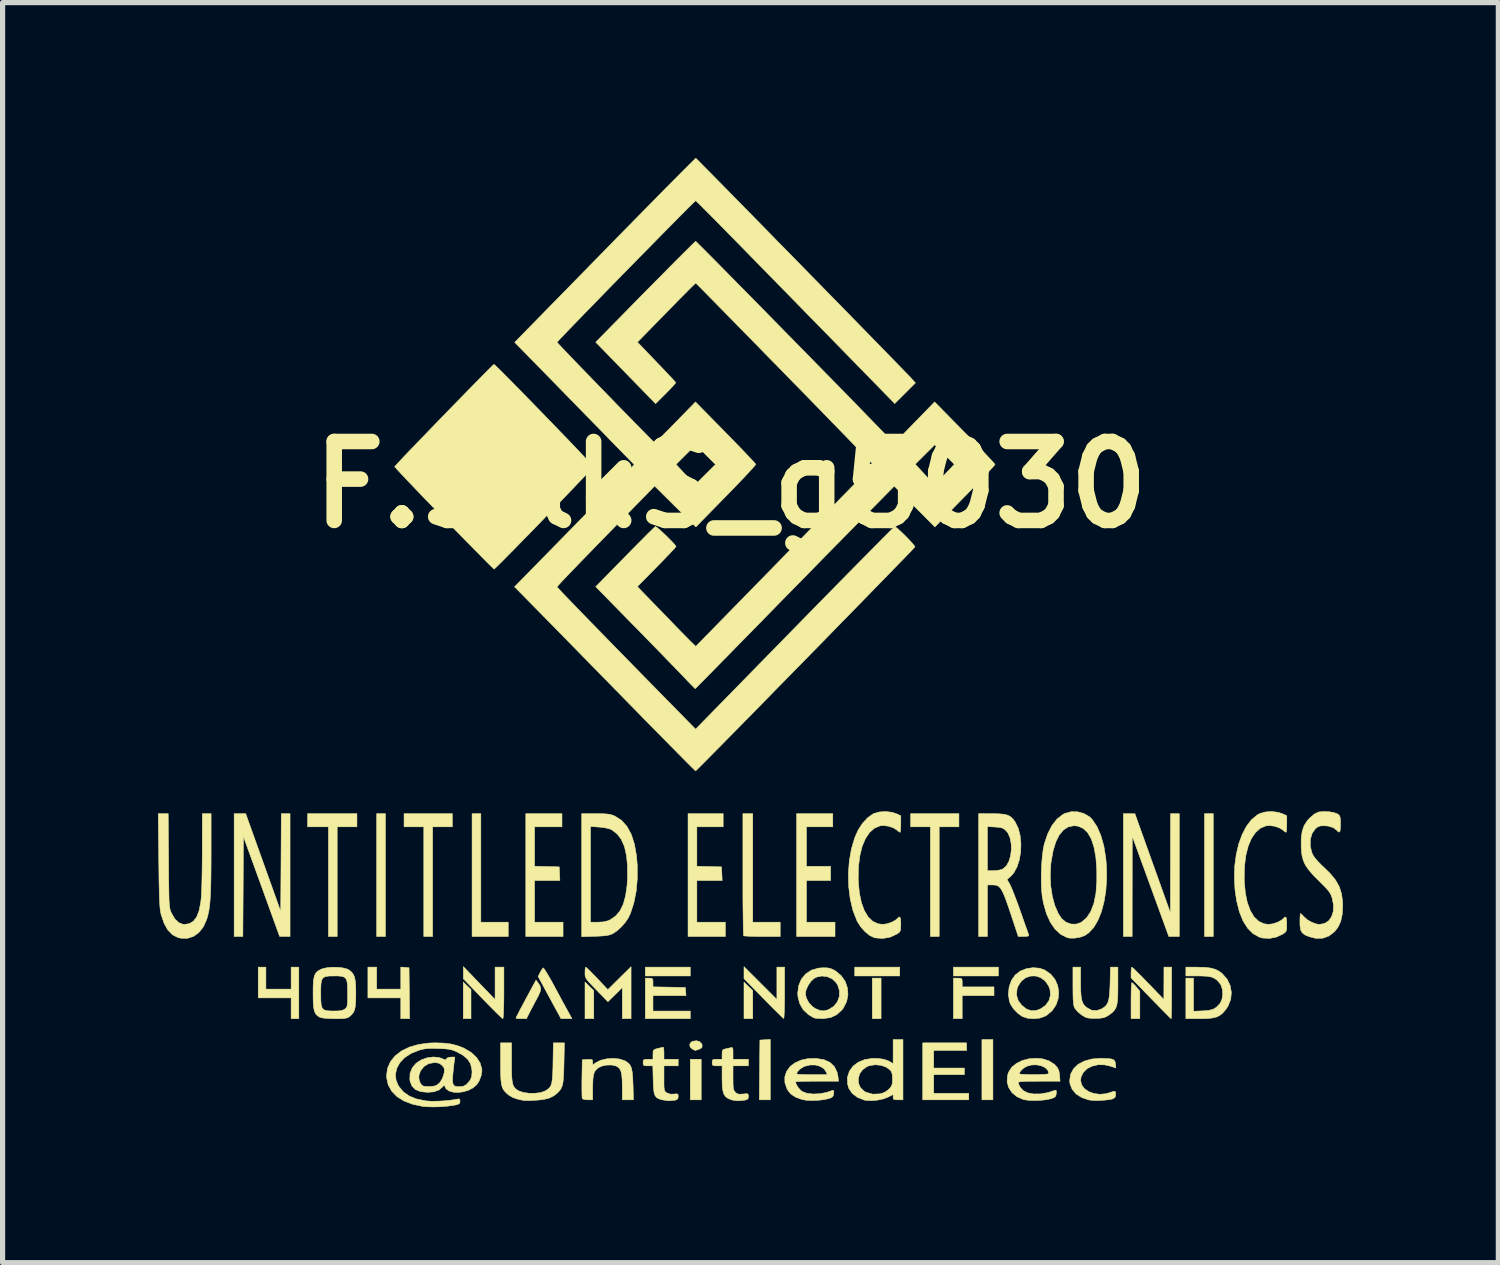
<source format=kicad_pcb>
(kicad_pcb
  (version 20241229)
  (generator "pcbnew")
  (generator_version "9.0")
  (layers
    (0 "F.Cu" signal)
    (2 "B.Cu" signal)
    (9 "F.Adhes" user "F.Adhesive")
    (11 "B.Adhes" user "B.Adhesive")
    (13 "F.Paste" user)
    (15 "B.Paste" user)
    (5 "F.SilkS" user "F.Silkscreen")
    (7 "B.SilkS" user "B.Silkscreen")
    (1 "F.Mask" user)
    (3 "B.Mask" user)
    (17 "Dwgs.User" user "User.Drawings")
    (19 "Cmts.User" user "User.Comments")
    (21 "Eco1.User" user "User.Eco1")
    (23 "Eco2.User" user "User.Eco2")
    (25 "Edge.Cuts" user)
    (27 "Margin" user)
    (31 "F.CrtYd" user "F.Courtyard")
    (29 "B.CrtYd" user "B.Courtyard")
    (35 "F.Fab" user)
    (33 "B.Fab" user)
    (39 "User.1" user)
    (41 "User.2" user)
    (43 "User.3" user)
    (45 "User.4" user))
  (footprint "F.SilkS_g5030"
    (layer "F.Cu")
    (at 11.058 6.307)
    (property "Reference" "F.SilkS_g5030" (at 0 0 0) (layer "F.SilkS") (effects (font (size 1.524 1.524) (thickness 0.3))))
    (attr through_hole)
    (fp_poly (pts (xy -6.668 8.721) (xy -6.837 8.721) (xy -6.837 6.35) (xy -6.668 6.35) (xy -6.668 8.721)) (stroke (width 0.01) (type solid)) (fill yes) (layer "F.SilkS"))
    (fp_poly (pts (xy -2.646 9.766) (xy -2.646 10.308) (xy -2.815 10.308) (xy -2.815 9.601) (xy -2.646 9.766)) (stroke (width 0.01) (type solid)) (fill yes) (layer "F.SilkS"))
    (fp_poly (pts (xy -0.783 9.483) (xy -1.651 9.483) (xy -1.651 9.313) (xy -0.783 9.313) (xy -0.783 9.483)) (stroke (width 0.01) (type solid)) (fill yes) (layer "F.SilkS"))
    (fp_poly (pts (xy -0.572 11.874) (xy -0.783 11.874) (xy -0.783 11.091) (xy -0.572 11.091) (xy -0.572 11.874)) (stroke (width 0.01) (type solid)) (fill yes) (layer "F.SilkS"))
    (fp_poly (pts (xy 2.9 10.308) (xy 2.731 10.308) (xy 2.731 9.525) (xy 2.9 9.525) (xy 2.9 10.308)) (stroke (width 0.01) (type solid)) (fill yes) (layer "F.SilkS"))
    (fp_poly (pts (xy 3.26 9.483) (xy 2.392 9.483) (xy 2.392 9.313) (xy 3.26 9.313) (xy 3.26 9.483)) (stroke (width 0.01) (type solid)) (fill yes) (layer "F.SilkS"))
    (fp_poly (pts (xy 5.059 11.874) (xy 4.847 11.874) (xy 4.847 10.71) (xy 5.059 10.71) (xy 5.059 11.874)) (stroke (width 0.01) (type solid)) (fill yes) (layer "F.SilkS"))
    (fp_poly (pts (xy 5.165 9.483) (xy 4.297 9.483) (xy 4.297 9.313) (xy 5.165 9.313) (xy 5.165 9.483)) (stroke (width 0.01) (type solid)) (fill yes) (layer "F.SilkS"))
    (fp_poly (pts (xy 9.313 8.721) (xy 9.144 8.721) (xy 9.144 6.35) (xy 9.313 6.35) (xy 9.313 8.721)) (stroke (width 0.01) (type solid)) (fill yes) (layer "F.SilkS"))
    (fp_poly (pts (xy -5.091 9.673) (xy -5.016 9.745) (xy -5.016 10.308) (xy -5.165 10.308) (xy -5.165 9.601) (xy -5.091 9.673)) (stroke (width 0.01) (type solid)) (fill yes) (layer "F.SilkS"))
    (fp_poly (pts (xy 0.339 9.684) (xy 0.423 9.766) (xy 0.423 10.308) (xy 0.254 10.308) (xy 0.254 9.601) (xy 0.339 9.684)) (stroke (width 0.01) (type solid)) (fill yes) (layer "F.SilkS"))
    (fp_poly (pts (xy -4.826 8.445) (xy -4.297 8.445) (xy -4.297 8.721) (xy -4.995 8.721) (xy -4.995 6.35) (xy -4.826 6.35) (xy -4.826 8.445)) (stroke (width 0.01) (type solid)) (fill yes) (layer "F.SilkS"))
    (fp_poly (pts (xy 0.762 11.874) (xy 0.55 11.874) (xy 0.555 11.298) (xy 0.561 10.721) (xy 0.661 10.714) (xy 0.762 10.708) (xy 0.762 11.874)) (stroke (width 0.01) (type solid)) (fill yes) (layer "F.SilkS"))
    (fp_poly (pts (xy -7.218 6.604) (xy -7.599 6.604) (xy -7.599 8.721) (xy -7.768 8.721) (xy -7.768 6.604) (xy -8.17 6.604) (xy -8.17 6.35) (xy -7.218 6.35) (xy -7.218 6.604)) (stroke (width 0.01) (type solid)) (fill yes) (layer "F.SilkS"))
    (fp_poly (pts (xy -5.376 6.604) (xy -5.757 6.604) (xy -5.757 8.721) (xy -5.927 8.721) (xy -5.927 6.604) (xy -6.308 6.604) (xy -6.308 6.35) (xy -5.376 6.35) (xy -5.376 6.604)) (stroke (width 0.01) (type solid)) (fill yes) (layer "F.SilkS"))
    (fp_poly (pts (xy 4.403 6.604) (xy 4.022 6.604) (xy 4.022 8.721) (xy 3.852 8.721) (xy 3.852 6.604) (xy 3.471 6.604) (xy 3.471 6.35) (xy 4.403 6.35) (xy 4.403 6.604)) (stroke (width 0.01) (type solid)) (fill yes) (layer "F.SilkS"))
    (fp_poly (pts (xy -8.975 9.737) (xy -8.488 9.737) (xy -8.488 9.313) (xy -8.34 9.313) (xy -8.34 10.308) (xy -8.488 10.308) (xy -8.488 9.906) (xy -9.123 9.906) (xy -9.123 9.313) (xy -8.975 9.313) (xy -8.975 9.737)) (stroke (width 0.01) (type solid)) (fill yes) (layer "F.SilkS"))
    (fp_poly (pts (xy -6.292 9.317) (xy -6.212 9.324) (xy -6.201 10.308) (xy -6.371 10.308) (xy -6.371 9.906) (xy -7.006 9.906) (xy -7.006 9.313) (xy -6.837 9.313) (xy -6.837 9.737) (xy -6.371 9.737) (xy -6.371 9.311) (xy -6.292 9.317)) (stroke (width 0.01) (type solid)) (fill yes) (layer "F.SilkS"))
    (fp_poly (pts (xy -0.148 6.604) (xy -0.656 6.604) (xy -0.656 7.365) (xy -0.18 7.377) (xy -0.167 7.641) (xy -0.656 7.641) (xy -0.656 8.445) (xy -0.106 8.445) (xy -0.106 8.721) (xy -0.826 8.721) (xy -0.826 6.35) (xy -0.148 6.35) (xy -0.148 6.604)) (stroke (width 0.01) (type solid)) (fill yes) (layer "F.SilkS"))
    (fp_poly (pts (xy 1.968 6.604) (xy 1.46 6.604) (xy 1.46 7.366) (xy 1.926 7.366) (xy 1.926 7.641) (xy 1.46 7.641) (xy 1.46 8.445) (xy 2.011 8.445) (xy 2.011 8.721) (xy 1.27 8.721) (xy 1.27 6.35) (xy 1.968 6.35) (xy 1.968 6.604)) (stroke (width 0.01) (type solid)) (fill yes) (layer "F.SilkS"))
    (fp_poly (pts (xy 4.436 9.527) (xy 4.46 9.541) (xy 4.466 9.58) (xy 4.466 9.61) (xy 4.466 9.694) (xy 5.08 9.694) (xy 5.08 9.864) (xy 4.466 9.864) (xy 4.466 10.308) (xy 4.297 10.308) (xy 4.297 9.525) (xy 4.381 9.525) (xy 4.436 9.527)) (stroke (width 0.01) (type solid)) (fill yes) (layer "F.SilkS"))
    (fp_poly (pts (xy 4.551 10.922) (xy 3.916 10.922) (xy 3.916 11.261) (xy 4.508 11.261) (xy 4.508 11.388) (xy 3.916 11.388) (xy 3.916 11.748) (xy 4.593 11.748) (xy 4.593 11.874) (xy 3.704 11.874) (xy 3.704 10.774) (xy 4.551 10.774) (xy 4.551 10.922)) (stroke (width 0.01) (type solid)) (fill yes) (layer "F.SilkS"))
    (fp_poly (pts (xy 7.763 9.625) (xy 7.801 9.664) (xy 7.826 9.693) (xy 7.895 9.776) (xy 7.895 10.308) (xy 7.726 10.308) (xy 7.726 9.959) (xy 7.727 9.843) (xy 7.729 9.743) (xy 7.733 9.667) (xy 7.738 9.62) (xy 7.742 9.61) (xy 7.763 9.625)) (stroke (width 0.01) (type solid)) (fill yes) (layer "F.SilkS"))
    (fp_poly (pts (xy -3.26 6.604) (xy -3.789 6.604) (xy -3.789 7.365) (xy -3.313 7.377) (xy -3.306 7.509) (xy -3.3 7.641) (xy -3.789 7.641) (xy -3.789 8.445) (xy -3.239 8.445) (xy -3.239 8.721) (xy -3.958 8.721) (xy -3.958 6.35) (xy -3.26 6.35) (xy -3.26 6.604)) (stroke (width 0.01) (type solid)) (fill yes) (layer "F.SilkS"))
    (fp_poly (pts (xy -8.689 8.238) (xy -8.683 7.294) (xy -8.678 6.35) (xy -8.509 6.35) (xy -8.509 8.721) (xy -8.61 8.72) (xy -8.71 8.72) (xy -9.059 7.755) (xy -9.409 6.791) (xy -9.414 7.756) (xy -9.42 8.721) (xy -9.588 8.721) (xy -9.588 6.35) (xy -9.365 6.35) (xy -8.689 8.238)) (stroke (width 0.01) (type solid)) (fill yes) (layer "F.SilkS"))
    (fp_poly (pts (xy 8.657 8.721) (xy 8.455 8.721) (xy 8.102 7.752) (xy 7.749 6.784) (xy 7.747 8.721) (xy 7.578 8.721) (xy 7.578 6.35) (xy 7.689 6.35) (xy 7.8 6.351) (xy 8.143 7.308) (xy 8.486 8.266) (xy 8.487 7.308) (xy 8.488 6.35) (xy 8.657 6.35) (xy 8.657 8.721)) (stroke (width 0.01) (type solid)) (fill yes) (layer "F.SilkS"))
    (fp_poly (pts (xy -1.529 9.528) (xy -1.508 9.544) (xy -1.503 9.585) (xy -1.503 9.609) (xy -1.503 9.693) (xy -0.878 9.705) (xy -0.872 9.784) (xy -0.865 9.864) (xy -1.503 9.864) (xy -1.503 10.16) (xy -0.783 10.16) (xy -0.783 10.308) (xy -1.651 10.308) (xy -1.651 9.525) (xy -1.577 9.525) (xy -1.529 9.528)) (stroke (width 0.01) (type solid)) (fill yes) (layer "F.SilkS"))
    (fp_poly (pts (xy -0.602 10.751) (xy -0.562 10.792) (xy -0.554 10.819) (xy -0.557 10.861) (xy -0.586 10.886) (xy -0.616 10.898) (xy -0.662 10.914) (xy -0.685 10.922) (xy -0.686 10.922) (xy -0.704 10.913) (xy -0.741 10.895) (xy -0.785 10.855) (xy -0.795 10.807) (xy -0.77 10.764) (xy -0.736 10.744) (xy -0.663 10.733) (xy -0.602 10.751)) (stroke (width 0.01) (type solid)) (fill yes) (layer "F.SilkS"))
    (fp_poly (pts (xy -3.608 9.34) (xy -3.577 9.386) (xy -3.533 9.457) (xy -3.481 9.547) (xy -3.443 9.616) (xy -3.377 9.738) (xy -3.308 9.866) (xy -3.243 9.987) (xy -3.188 10.087) (xy -3.174 10.112) (xy -3.067 10.308) (xy -3.278 10.308) (xy -3.499 9.901) (xy -3.72 9.493) (xy -3.681 9.415) (xy -3.652 9.364) (xy -3.628 9.331) (xy -3.624 9.326) (xy -3.608 9.34)) (stroke (width 0.01) (type solid)) (fill yes) (layer "F.SilkS"))
    (fp_poly (pts (xy 0.889 9.937) (xy 0.889 9.313) (xy 1.037 9.313) (xy 1.037 9.811) (xy 1.037 9.951) (xy 1.035 10.075) (xy 1.032 10.178) (xy 1.028 10.254) (xy 1.024 10.297) (xy 1.021 10.305) (xy 1.003 10.29) (xy 0.959 10.248) (xy 0.894 10.184) (xy 0.811 10.102) (xy 0.716 10.006) (xy 0.63 9.918) (xy 0.254 9.534) (xy 0.254 9.303) (xy 0.889 9.937)) (stroke (width 0.01) (type solid)) (fill yes) (layer "F.SilkS"))
    (fp_poly (pts (xy -4.551 9.938) (xy -4.551 9.626) (xy -4.551 9.313) (xy -4.381 9.313) (xy -4.381 9.811) (xy -4.382 9.959) (xy -4.385 10.087) (xy -4.388 10.191) (xy -4.393 10.264) (xy -4.398 10.303) (xy -4.401 10.308) (xy -4.42 10.294) (xy -4.465 10.252) (xy -4.53 10.189) (xy -4.612 10.106) (xy -4.707 10.01) (xy -4.792 9.922) (xy -5.164 9.536) (xy -5.163 9.419) (xy -5.163 9.303) (xy -4.551 9.938)) (stroke (width 0.01) (type solid)) (fill yes) (layer "F.SilkS"))
    (fp_poly (pts (xy 0.423 8.445) (xy 0.953 8.445) (xy 0.953 8.721) (xy 0.607 8.721) (xy 0.49 8.72) (xy 0.388 8.718) (xy 0.309 8.714) (xy 0.26 8.71) (xy 0.247 8.707) (xy 0.244 8.683) (xy 0.242 8.622) (xy 0.24 8.525) (xy 0.238 8.398) (xy 0.236 8.245) (xy 0.234 8.068) (xy 0.233 7.872) (xy 0.233 7.661) (xy 0.233 7.521) (xy 0.233 6.35) (xy 0.423 6.35) (xy 0.423 8.445)) (stroke (width 0.01) (type solid)) (fill yes) (layer "F.SilkS"))
    (fp_poly (pts (xy -3.722 9.613) (xy -3.684 9.671) (xy -3.67 9.725) (xy -3.681 9.787) (xy -3.716 9.867) (xy -3.734 9.901) (xy -3.785 9.996) (xy -3.839 10.099) (xy -3.879 10.176) (xy -3.946 10.308) (xy -4.047 10.308) (xy -4.106 10.306) (xy -4.143 10.3) (xy -4.149 10.295) (xy -4.139 10.274) (xy -4.112 10.221) (xy -4.072 10.142) (xy -4.02 10.045) (xy -3.96 9.933) (xy -3.955 9.923) (xy -3.761 9.563) (xy -3.722 9.613)) (stroke (width 0.01) (type solid)) (fill yes) (layer "F.SilkS"))
    (fp_poly (pts (xy -1.926 10.308) (xy -2.095 10.308) (xy -2.095 9.706) (xy -2.234 9.843) (xy -2.373 9.98) (xy -2.594 9.753) (xy -2.679 9.665) (xy -2.739 9.601) (xy -2.778 9.554) (xy -2.801 9.517) (xy -2.812 9.485) (xy -2.815 9.449) (xy -2.815 9.419) (xy -2.813 9.359) (xy -2.806 9.32) (xy -2.801 9.313) (xy -2.782 9.328) (xy -2.739 9.368) (xy -2.679 9.428) (xy -2.607 9.502) (xy -2.58 9.53) (xy -2.374 9.747) (xy -2.15 9.525) (xy -1.926 9.304) (xy -1.926 10.308)) (stroke (width 0.01) (type solid)) (fill yes) (layer "F.SilkS"))
    (fp_poly (pts (xy 7.761 9.328) (xy 7.804 9.368) (xy 7.867 9.431) (xy 7.946 9.51) (xy 8.035 9.602) (xy 8.058 9.625) (xy 8.359 9.938) (xy 8.36 9.626) (xy 8.361 9.313) (xy 8.509 9.313) (xy 8.509 9.811) (xy 8.509 9.951) (xy 8.508 10.076) (xy 8.506 10.179) (xy 8.504 10.256) (xy 8.502 10.3) (xy 8.501 10.308) (xy 8.484 10.294) (xy 8.442 10.253) (xy 8.379 10.189) (xy 8.298 10.107) (xy 8.204 10.011) (xy 8.109 9.914) (xy 7.726 9.52) (xy 7.726 9.417) (xy 7.729 9.357) (xy 7.736 9.32) (xy 7.742 9.313) (xy 7.761 9.328)) (stroke (width 0.01) (type solid)) (fill yes) (layer "F.SilkS"))
    (fp_poly (pts (xy 9.145 9.317) (xy 9.261 9.33) (xy 9.352 9.355) (xy 9.428 9.394) (xy 9.482 9.434) (xy 9.578 9.542) (xy 9.638 9.666) (xy 9.662 9.799) (xy 9.65 9.934) (xy 9.599 10.063) (xy 9.559 10.124) (xy 9.5 10.194) (xy 9.441 10.243) (xy 9.372 10.277) (xy 9.286 10.296) (xy 9.173 10.306) (xy 9.054 10.308) (xy 8.784 10.308) (xy 8.784 9.525) (xy 8.932 9.525) (xy 8.932 10.164) (xy 9.111 10.157) (xy 9.224 10.148) (xy 9.306 10.127) (xy 9.37 10.09) (xy 9.428 10.031) (xy 9.45 10.004) (xy 9.482 9.931) (xy 9.495 9.838) (xy 9.489 9.742) (xy 9.462 9.659) (xy 9.449 9.638) (xy 9.396 9.574) (xy 9.341 9.531) (xy 9.275 9.503) (xy 9.189 9.488) (xy 9.073 9.483) (xy 9.024 9.483) (xy 8.784 9.483) (xy 8.784 9.313) (xy 8.997 9.313) (xy 9.145 9.317)) (stroke (width 0.01) (type solid)) (fill yes) (layer "F.SilkS"))
    (fp_poly (pts (xy 6.752 9.61) (xy 6.754 9.756) (xy 6.761 9.866) (xy 6.774 9.948) (xy 6.796 10.009) (xy 6.828 10.055) (xy 6.868 10.092) (xy 6.962 10.143) (xy 7.059 10.152) (xy 7.149 10.123) (xy 7.206 10.088) (xy 7.249 10.048) (xy 7.279 9.994) (xy 7.299 9.921) (xy 7.312 9.821) (xy 7.319 9.689) (xy 7.321 9.626) (xy 7.328 9.313) (xy 7.472 9.313) (xy 7.472 9.668) (xy 7.471 9.82) (xy 7.466 9.936) (xy 7.455 10.024) (xy 7.436 10.09) (xy 7.407 10.142) (xy 7.367 10.185) (xy 7.312 10.228) (xy 7.304 10.234) (xy 7.248 10.269) (xy 7.194 10.289) (xy 7.126 10.299) (xy 7.063 10.302) (xy 6.979 10.302) (xy 6.906 10.296) (xy 6.859 10.286) (xy 6.776 10.239) (xy 6.699 10.176) (xy 6.643 10.11) (xy 6.636 10.096) (xy 6.623 10.062) (xy 6.614 10.01) (xy 6.608 9.935) (xy 6.605 9.831) (xy 6.604 9.691) (xy 6.604 9.674) (xy 6.604 9.313) (xy 6.752 9.313) (xy 6.752 9.61)) (stroke (width 0.01) (type solid)) (fill yes) (layer "F.SilkS"))
    (fp_poly (pts (xy 7.161 11.073) (xy 7.27 11.077) (xy 7.344 11.085) (xy 7.389 11.102) (xy 7.414 11.129) (xy 7.424 11.169) (xy 7.425 11.181) (xy 7.432 11.26) (xy 7.343 11.228) (xy 7.213 11.198) (xy 7.088 11.197) (xy 6.974 11.223) (xy 6.878 11.272) (xy 6.805 11.343) (xy 6.761 11.431) (xy 6.752 11.501) (xy 6.772 11.586) (xy 6.825 11.658) (xy 6.905 11.714) (xy 7.005 11.751) (xy 7.118 11.767) (xy 7.236 11.757) (xy 7.313 11.736) (xy 7.378 11.714) (xy 7.413 11.71) (xy 7.427 11.725) (xy 7.429 11.763) (xy 7.429 11.769) (xy 7.42 11.821) (xy 7.383 11.851) (xy 7.373 11.855) (xy 7.309 11.87) (xy 7.218 11.88) (xy 7.115 11.886) (xy 7.013 11.886) (xy 6.929 11.879) (xy 6.907 11.875) (xy 6.774 11.83) (xy 6.666 11.761) (xy 6.589 11.671) (xy 6.547 11.565) (xy 6.541 11.498) (xy 6.56 11.378) (xy 6.616 11.274) (xy 6.704 11.189) (xy 6.823 11.126) (xy 6.968 11.086) (xy 7.137 11.072) (xy 7.161 11.073)) (stroke (width 0.01) (type solid)) (fill yes) (layer "F.SilkS"))
    (fp_poly (pts (xy -2.144 11.087) (xy -2.042 11.122) (xy -2.026 11.131) (xy -1.979 11.165) (xy -1.944 11.204) (xy -1.921 11.257) (xy -1.905 11.329) (xy -1.895 11.429) (xy -1.889 11.563) (xy -1.888 11.583) (xy -1.88 11.874) (xy -2.095 11.874) (xy -2.095 11.619) (xy -2.098 11.484) (xy -2.107 11.385) (xy -2.124 11.314) (xy -2.152 11.266) (xy -2.192 11.233) (xy -2.222 11.219) (xy -2.301 11.202) (xy -2.396 11.203) (xy -2.488 11.222) (xy -2.557 11.254) (xy -2.602 11.293) (xy -2.633 11.338) (xy -2.652 11.396) (xy -2.662 11.478) (xy -2.666 11.59) (xy -2.667 11.636) (xy -2.667 11.874) (xy -2.763 11.874) (xy -2.83 11.869) (xy -2.866 11.852) (xy -2.869 11.847) (xy -2.872 11.818) (xy -2.874 11.754) (xy -2.875 11.663) (xy -2.875 11.552) (xy -2.874 11.461) (xy -2.868 11.102) (xy -2.768 11.095) (xy -2.707 11.093) (xy -2.677 11.1) (xy -2.668 11.122) (xy -2.667 11.145) (xy -2.667 11.2) (xy -2.607 11.158) (xy -2.511 11.11) (xy -2.392 11.082) (xy -2.265 11.074) (xy -2.144 11.087)) (stroke (width 0.01) (type solid)) (fill yes) (layer "F.SilkS"))
    (fp_poly (pts (xy 5.964 9.334) (xy 6.067 9.372) (xy 6.179 9.452) (xy 6.26 9.554) (xy 6.31 9.671) (xy 6.33 9.796) (xy 6.318 9.923) (xy 6.277 10.043) (xy 6.204 10.151) (xy 6.102 10.239) (xy 6.057 10.264) (xy 5.959 10.297) (xy 5.844 10.308) (xy 5.729 10.299) (xy 5.633 10.268) (xy 5.629 10.266) (xy 5.545 10.208) (xy 5.466 10.128) (xy 5.406 10.041) (xy 5.378 9.976) (xy 5.36 9.851) (xy 5.515 9.851) (xy 5.546 9.956) (xy 5.614 10.048) (xy 5.708 10.122) (xy 5.799 10.154) (xy 5.896 10.149) (xy 5.983 10.116) (xy 6.077 10.049) (xy 6.141 9.96) (xy 6.17 9.856) (xy 6.162 9.747) (xy 6.134 9.673) (xy 6.065 9.576) (xy 5.978 9.513) (xy 5.882 9.483) (xy 5.783 9.485) (xy 5.689 9.519) (xy 5.608 9.582) (xy 5.546 9.676) (xy 5.524 9.739) (xy 5.515 9.851) (xy 5.36 9.851) (xy 5.358 9.836) (xy 5.372 9.696) (xy 5.418 9.566) (xy 5.489 9.465) (xy 5.586 9.39) (xy 5.705 9.342) (xy 5.835 9.323) (xy 5.964 9.334)) (stroke (width 0.01) (type solid)) (fill yes) (layer "F.SilkS"))
    (fp_poly (pts (xy -1.296 10.878) (xy -1.292 10.927) (xy -1.291 10.975) (xy -1.291 11.091) (xy -1.016 11.091) (xy -1.016 11.218) (xy -1.291 11.218) (xy -1.291 11.461) (xy -1.291 11.566) (xy -1.289 11.637) (xy -1.283 11.682) (xy -1.272 11.709) (xy -1.255 11.727) (xy -1.238 11.739) (xy -1.168 11.764) (xy -1.1 11.763) (xy -1.046 11.758) (xy -1.022 11.766) (xy -1.016 11.795) (xy -1.016 11.81) (xy -1.023 11.854) (xy -1.054 11.875) (xy -1.082 11.882) (xy -1.198 11.893) (xy -1.32 11.875) (xy -1.337 11.871) (xy -1.395 11.852) (xy -1.437 11.826) (xy -1.465 11.788) (xy -1.483 11.729) (xy -1.493 11.643) (xy -1.498 11.523) (xy -1.499 11.491) (xy -1.506 11.218) (xy -1.6 11.218) (xy -1.658 11.216) (xy -1.685 11.205) (xy -1.693 11.177) (xy -1.693 11.155) (xy -1.691 11.116) (xy -1.675 11.097) (xy -1.634 11.092) (xy -1.598 11.091) (xy -1.503 11.091) (xy -1.503 10.999) (xy -1.501 10.941) (xy -1.487 10.911) (xy -1.452 10.894) (xy -1.409 10.882) (xy -1.35 10.868) (xy -1.311 10.86) (xy -1.303 10.858) (xy -1.296 10.878)) (stroke (width 0.01) (type solid)) (fill yes) (layer "F.SilkS"))
    (fp_poly (pts (xy 0.038 10.885) (xy 0.042 10.933) (xy 0.042 10.973) (xy 0.042 11.091) (xy 0.339 11.091) (xy 0.339 11.218) (xy 0.042 11.218) (xy 0.042 11.451) (xy 0.043 11.555) (xy 0.046 11.626) (xy 0.054 11.673) (xy 0.066 11.703) (xy 0.086 11.727) (xy 0.087 11.729) (xy 0.123 11.756) (xy 0.165 11.766) (xy 0.232 11.762) (xy 0.235 11.762) (xy 0.297 11.756) (xy 0.327 11.76) (xy 0.338 11.779) (xy 0.339 11.809) (xy 0.333 11.85) (xy 0.309 11.87) (xy 0.259 11.882) (xy 0.139 11.893) (xy 0.04 11.881) (xy 0.02 11.876) (xy -0.049 11.85) (xy -0.099 11.815) (xy -0.133 11.766) (xy -0.154 11.695) (xy -0.166 11.596) (xy -0.169 11.463) (xy -0.169 11.435) (xy -0.169 11.218) (xy -0.265 11.218) (xy -0.323 11.216) (xy -0.351 11.206) (xy -0.359 11.179) (xy -0.36 11.155) (xy -0.357 11.116) (xy -0.341 11.097) (xy -0.301 11.092) (xy -0.265 11.091) (xy -0.169 11.091) (xy -0.169 10.998) (xy -0.167 10.939) (xy -0.154 10.909) (xy -0.122 10.895) (xy -0.101 10.89) (xy -0.041 10.877) (xy 0.005 10.866) (xy 0.027 10.865) (xy 0.038 10.885)) (stroke (width 0.01) (type solid)) (fill yes) (layer "F.SilkS"))
    (fp_poly (pts (xy -2.609 6.35) (xy -2.492 6.351) (xy -2.407 6.355) (xy -2.345 6.362) (xy -2.294 6.375) (xy -2.245 6.394) (xy -2.233 6.4) (xy -2.108 6.481) (xy -2.004 6.598) (xy -1.921 6.751) (xy -1.861 6.94) (xy -1.821 7.165) (xy -1.806 7.347) (xy -1.805 7.602) (xy -1.827 7.846) (xy -1.872 8.072) (xy -1.937 8.271) (xy -1.978 8.359) (xy -2.035 8.445) (xy -2.113 8.534) (xy -2.199 8.612) (xy -2.274 8.663) (xy -2.32 8.684) (xy -2.374 8.698) (xy -2.444 8.708) (xy -2.54 8.714) (xy -2.619 8.717) (xy -2.879 8.725) (xy -2.879 8.445) (xy -2.709 8.445) (xy -2.566 8.445) (xy -2.46 8.439) (xy -2.376 8.419) (xy -2.328 8.398) (xy -2.224 8.326) (xy -2.14 8.227) (xy -2.076 8.097) (xy -2.031 7.933) (xy -2.003 7.735) (xy -1.995 7.596) (xy -1.995 7.356) (xy -2.015 7.153) (xy -2.054 6.983) (xy -2.115 6.846) (xy -2.197 6.739) (xy -2.3 6.661) (xy -2.315 6.653) (xy -2.367 6.636) (xy -2.444 6.62) (xy -2.533 6.61) (xy -2.543 6.609) (xy -2.709 6.598) (xy -2.709 8.445) (xy -2.879 8.445) (xy -2.879 6.35) (xy -2.609 6.35)) (stroke (width 0.01) (type solid)) (fill yes) (layer "F.SilkS"))
    (fp_poly (pts (xy -4.233 11.156) (xy -4.232 11.311) (xy -4.229 11.43) (xy -4.22 11.519) (xy -4.206 11.583) (xy -4.183 11.63) (xy -4.152 11.664) (xy -4.109 11.693) (xy -4.086 11.705) (xy -4.002 11.733) (xy -3.895 11.747) (xy -3.781 11.748) (xy -3.676 11.735) (xy -3.6 11.71) (xy -3.548 11.681) (xy -3.508 11.65) (xy -3.479 11.611) (xy -3.459 11.558) (xy -3.447 11.485) (xy -3.439 11.384) (xy -3.434 11.251) (xy -3.433 11.164) (xy -3.426 10.774) (xy -3.213 10.774) (xy -3.221 11.171) (xy -3.225 11.324) (xy -3.231 11.441) (xy -3.239 11.53) (xy -3.253 11.596) (xy -3.273 11.648) (xy -3.301 11.691) (xy -3.338 11.732) (xy -3.359 11.752) (xy -3.418 11.796) (xy -3.492 11.834) (xy -3.514 11.843) (xy -3.584 11.86) (xy -3.681 11.875) (xy -3.79 11.884) (xy -3.896 11.889) (xy -3.984 11.887) (xy -4.022 11.882) (xy -4.134 11.856) (xy -4.217 11.825) (xy -4.283 11.785) (xy -4.311 11.763) (xy -4.355 11.721) (xy -4.388 11.68) (xy -4.412 11.632) (xy -4.428 11.57) (xy -4.438 11.489) (xy -4.443 11.382) (xy -4.445 11.242) (xy -4.445 11.166) (xy -4.445 10.774) (xy -4.233 10.774) (xy -4.233 11.156)) (stroke (width 0.01) (type solid)) (fill yes) (layer "F.SilkS"))
    (fp_poly (pts (xy 1.865 9.327) (xy 1.929 9.341) (xy 1.991 9.369) (xy 2.023 9.388) (xy 2.131 9.478) (xy 2.208 9.589) (xy 2.251 9.715) (xy 2.261 9.847) (xy 2.235 9.978) (xy 2.173 10.101) (xy 2.142 10.141) (xy 2.041 10.232) (xy 1.926 10.286) (xy 1.789 10.306) (xy 1.767 10.306) (xy 1.694 10.303) (xy 1.634 10.298) (xy 1.609 10.293) (xy 1.573 10.274) (xy 1.519 10.241) (xy 1.489 10.221) (xy 1.397 10.134) (xy 1.331 10.019) (xy 1.296 9.887) (xy 1.292 9.822) (xy 1.439 9.822) (xy 1.457 9.909) (xy 1.505 9.997) (xy 1.574 10.073) (xy 1.629 10.111) (xy 1.719 10.149) (xy 1.796 10.157) (xy 1.877 10.136) (xy 1.89 10.131) (xy 1.989 10.068) (xy 2.058 9.981) (xy 2.095 9.878) (xy 2.097 9.769) (xy 2.063 9.66) (xy 2.035 9.614) (xy 1.96 9.541) (xy 1.864 9.497) (xy 1.759 9.484) (xy 1.657 9.504) (xy 1.607 9.53) (xy 1.546 9.587) (xy 1.492 9.666) (xy 1.453 9.751) (xy 1.439 9.822) (xy 1.292 9.822) (xy 1.291 9.816) (xy 1.31 9.669) (xy 1.363 9.543) (xy 1.447 9.442) (xy 1.559 9.37) (xy 1.694 9.331) (xy 1.78 9.325) (xy 1.865 9.327)) (stroke (width 0.01) (type solid)) (fill yes) (layer "F.SilkS"))
    (fp_poly (pts (xy 3.323 11.874) (xy 3.228 11.874) (xy 3.169 11.872) (xy 3.141 11.861) (xy 3.133 11.836) (xy 3.133 11.823) (xy 3.133 11.771) (xy 3.031 11.823) (xy 2.937 11.858) (xy 2.821 11.881) (xy 2.702 11.89) (xy 2.597 11.883) (xy 2.572 11.877) (xy 2.443 11.826) (xy 2.344 11.75) (xy 2.278 11.653) (xy 2.253 11.565) (xy 2.252 11.465) (xy 2.46 11.465) (xy 2.465 11.555) (xy 2.501 11.638) (xy 2.568 11.704) (xy 2.608 11.727) (xy 2.735 11.764) (xy 2.867 11.76) (xy 2.922 11.748) (xy 2.987 11.718) (xy 3.05 11.671) (xy 3.059 11.662) (xy 3.095 11.619) (xy 3.114 11.574) (xy 3.121 11.511) (xy 3.121 11.474) (xy 3.117 11.391) (xy 3.102 11.336) (xy 3.08 11.302) (xy 3.002 11.244) (xy 2.9 11.208) (xy 2.788 11.197) (xy 2.679 11.213) (xy 2.625 11.234) (xy 2.54 11.296) (xy 2.485 11.376) (xy 2.46 11.465) (xy 2.252 11.465) (xy 2.252 11.436) (xy 2.289 11.322) (xy 2.358 11.225) (xy 2.457 11.15) (xy 2.582 11.098) (xy 2.729 11.074) (xy 2.839 11.075) (xy 2.96 11.093) (xy 3.052 11.127) (xy 3.057 11.13) (xy 3.133 11.175) (xy 3.133 10.71) (xy 3.323 10.71) (xy 3.323 11.874)) (stroke (width 0.01) (type solid)) (fill yes) (layer "F.SilkS"))
    (fp_poly (pts (xy 1.799 11.1) (xy 1.914 11.152) (xy 1.997 11.231) (xy 2.05 11.338) (xy 2.067 11.416) (xy 2.08 11.515) (xy 1.664 11.515) (xy 1.537 11.515) (xy 1.425 11.517) (xy 1.336 11.52) (xy 1.275 11.523) (xy 1.249 11.527) (xy 1.249 11.527) (xy 1.263 11.576) (xy 1.299 11.635) (xy 1.346 11.688) (xy 1.379 11.714) (xy 1.471 11.749) (xy 1.59 11.762) (xy 1.722 11.756) (xy 1.856 11.729) (xy 1.954 11.695) (xy 1.98 11.689) (xy 1.988 11.709) (xy 1.986 11.75) (xy 1.976 11.798) (xy 1.95 11.827) (xy 1.895 11.849) (xy 1.894 11.849) (xy 1.802 11.87) (xy 1.688 11.883) (xy 1.567 11.887) (xy 1.456 11.882) (xy 1.375 11.868) (xy 1.25 11.822) (xy 1.159 11.762) (xy 1.096 11.684) (xy 1.085 11.663) (xy 1.044 11.544) (xy 1.042 11.431) (xy 1.06 11.376) (xy 1.27 11.376) (xy 1.29 11.38) (xy 1.345 11.384) (xy 1.426 11.386) (xy 1.528 11.388) (xy 1.566 11.388) (xy 1.861 11.388) (xy 1.844 11.34) (xy 1.799 11.274) (xy 1.725 11.228) (xy 1.633 11.202) (xy 1.531 11.201) (xy 1.43 11.225) (xy 1.397 11.24) (xy 1.33 11.284) (xy 1.284 11.335) (xy 1.27 11.376) (xy 1.06 11.376) (xy 1.076 11.327) (xy 1.141 11.236) (xy 1.235 11.162) (xy 1.354 11.108) (xy 1.494 11.078) (xy 1.651 11.075) (xy 1.799 11.1)) (stroke (width 0.01) (type solid)) (fill yes) (layer "F.SilkS"))
    (fp_poly (pts (xy 10.563 6.324) (xy 10.642 6.349) (xy 10.732 6.39) (xy 10.732 6.55) (xy 10.73 6.626) (xy 10.725 6.683) (xy 10.718 6.709) (xy 10.717 6.71) (xy 10.693 6.697) (xy 10.655 6.665) (xy 10.654 6.664) (xy 10.586 6.622) (xy 10.495 6.592) (xy 10.399 6.579) (xy 10.332 6.585) (xy 10.223 6.63) (xy 10.128 6.714) (xy 10.048 6.832) (xy 9.986 6.981) (xy 9.941 7.16) (xy 9.916 7.365) (xy 9.91 7.594) (xy 9.912 7.662) (xy 9.932 7.878) (xy 9.97 8.065) (xy 10.027 8.219) (xy 10.1 8.341) (xy 10.189 8.427) (xy 10.293 8.476) (xy 10.382 8.487) (xy 10.465 8.476) (xy 10.552 8.447) (xy 10.627 8.407) (xy 10.665 8.375) (xy 10.696 8.345) (xy 10.716 8.349) (xy 10.727 8.388) (xy 10.731 8.465) (xy 10.731 8.483) (xy 10.73 8.559) (xy 10.723 8.606) (xy 10.707 8.636) (xy 10.675 8.661) (xy 10.66 8.671) (xy 10.535 8.731) (xy 10.4 8.758) (xy 10.268 8.751) (xy 10.207 8.735) (xy 10.084 8.668) (xy 9.978 8.563) (xy 9.888 8.421) (xy 9.817 8.244) (xy 9.764 8.033) (xy 9.733 7.823) (xy 9.72 7.584) (xy 9.728 7.353) (xy 9.757 7.135) (xy 9.805 6.932) (xy 9.871 6.751) (xy 9.953 6.594) (xy 10.05 6.468) (xy 10.16 6.376) (xy 10.213 6.347) (xy 10.319 6.317) (xy 10.442 6.309) (xy 10.563 6.324)) (stroke (width 0.01) (type solid)) (fill yes) (layer "F.SilkS"))
    (fp_poly (pts (xy -10.854 7.255) (xy -10.853 7.474) (xy -10.851 7.655) (xy -10.849 7.803) (xy -10.847 7.92) (xy -10.845 8.012) (xy -10.841 8.083) (xy -10.836 8.136) (xy -10.83 8.177) (xy -10.822 8.209) (xy -10.813 8.236) (xy -10.801 8.263) (xy -10.797 8.271) (xy -10.733 8.381) (xy -10.659 8.453) (xy -10.575 8.486) (xy -10.549 8.488) (xy -10.452 8.473) (xy -10.374 8.426) (xy -10.312 8.345) (xy -10.266 8.228) (xy -10.235 8.075) (xy -10.223 7.976) (xy -10.219 7.901) (xy -10.214 7.79) (xy -10.21 7.651) (xy -10.207 7.491) (xy -10.205 7.317) (xy -10.203 7.138) (xy -10.203 7.054) (xy -10.202 6.35) (xy -10.033 6.35) (xy -10.033 7.128) (xy -10.034 7.378) (xy -10.036 7.59) (xy -10.04 7.769) (xy -10.046 7.919) (xy -10.054 8.044) (xy -10.065 8.15) (xy -10.079 8.24) (xy -10.097 8.318) (xy -10.118 8.391) (xy -10.119 8.393) (xy -10.181 8.532) (xy -10.265 8.64) (xy -10.368 8.716) (xy -10.483 8.755) (xy -10.608 8.756) (xy -10.672 8.742) (xy -10.778 8.688) (xy -10.868 8.596) (xy -10.941 8.465) (xy -10.998 8.297) (xy -10.998 8.295) (xy -11.007 8.255) (xy -11.015 8.205) (xy -11.021 8.143) (xy -11.026 8.062) (xy -11.031 7.961) (xy -11.034 7.834) (xy -11.038 7.677) (xy -11.04 7.486) (xy -11.043 7.256) (xy -11.043 7.255) (xy -11.053 6.35) (xy -10.861 6.35) (xy -10.854 7.255)) (stroke (width 0.01) (type solid)) (fill yes) (layer "F.SilkS"))
    (fp_poly (pts (xy 3.113 6.324) (xy 3.191 6.349) (xy 3.281 6.39) (xy 3.281 6.55) (xy 3.279 6.626) (xy 3.274 6.683) (xy 3.268 6.709) (xy 3.266 6.71) (xy 3.242 6.697) (xy 3.204 6.665) (xy 3.203 6.664) (xy 3.135 6.622) (xy 3.044 6.592) (xy 2.949 6.579) (xy 2.881 6.585) (xy 2.772 6.63) (xy 2.677 6.714) (xy 2.598 6.832) (xy 2.535 6.981) (xy 2.491 7.16) (xy 2.465 7.365) (xy 2.459 7.594) (xy 2.461 7.662) (xy 2.481 7.878) (xy 2.52 8.065) (xy 2.576 8.219) (xy 2.649 8.341) (xy 2.738 8.427) (xy 2.842 8.476) (xy 2.931 8.487) (xy 3.014 8.476) (xy 3.102 8.447) (xy 3.177 8.407) (xy 3.215 8.375) (xy 3.246 8.345) (xy 3.266 8.349) (xy 3.277 8.388) (xy 3.281 8.465) (xy 3.281 8.483) (xy 3.279 8.559) (xy 3.273 8.606) (xy 3.256 8.636) (xy 3.225 8.661) (xy 3.21 8.671) (xy 3.078 8.733) (xy 2.935 8.759) (xy 2.792 8.748) (xy 2.76 8.74) (xy 2.679 8.7) (xy 2.592 8.629) (xy 2.511 8.539) (xy 2.445 8.437) (xy 2.435 8.418) (xy 2.358 8.22) (xy 2.305 7.997) (xy 2.275 7.757) (xy 2.269 7.511) (xy 2.287 7.265) (xy 2.328 7.03) (xy 2.392 6.815) (xy 2.458 6.666) (xy 2.542 6.536) (xy 2.64 6.43) (xy 2.744 6.356) (xy 2.762 6.347) (xy 2.868 6.317) (xy 2.991 6.309) (xy 3.113 6.324)) (stroke (width 0.01) (type solid)) (fill yes) (layer "F.SilkS"))
    (fp_poly (pts (xy 5.043 6.35) (xy 5.176 6.353) (xy 5.276 6.362) (xy 5.35 6.381) (xy 5.406 6.414) (xy 5.454 6.462) (xy 5.49 6.513) (xy 5.549 6.634) (xy 5.585 6.777) (xy 5.6 6.931) (xy 5.595 7.089) (xy 5.569 7.242) (xy 5.524 7.379) (xy 5.461 7.494) (xy 5.405 7.557) (xy 5.332 7.62) (xy 5.384 7.71) (xy 5.407 7.757) (xy 5.44 7.836) (xy 5.481 7.941) (xy 5.528 8.063) (xy 5.576 8.196) (xy 5.589 8.234) (xy 5.634 8.363) (xy 5.675 8.479) (xy 5.71 8.576) (xy 5.735 8.648) (xy 5.75 8.688) (xy 5.752 8.694) (xy 5.745 8.711) (xy 5.703 8.719) (xy 5.656 8.721) (xy 5.549 8.721) (xy 5.428 8.356) (xy 5.369 8.179) (xy 5.32 8.04) (xy 5.279 7.932) (xy 5.243 7.852) (xy 5.21 7.796) (xy 5.177 7.759) (xy 5.142 7.738) (xy 5.102 7.728) (xy 5.055 7.726) (xy 5.048 7.726) (xy 4.953 7.726) (xy 4.953 8.721) (xy 4.784 8.721) (xy 4.784 7.451) (xy 4.953 7.451) (xy 5.07 7.451) (xy 5.149 7.445) (xy 5.221 7.43) (xy 5.25 7.418) (xy 5.316 7.362) (xy 5.366 7.276) (xy 5.399 7.169) (xy 5.415 7.051) (xy 5.412 6.932) (xy 5.391 6.82) (xy 5.35 6.725) (xy 5.311 6.676) (xy 5.27 6.643) (xy 5.226 6.623) (xy 5.165 6.612) (xy 5.1 6.608) (xy 4.953 6.599) (xy 4.953 7.451) (xy 4.784 7.451) (xy 4.784 6.35) (xy 5.043 6.35)) (stroke (width 0.01) (type solid)) (fill yes) (layer "F.SilkS"))
    (fp_poly (pts (xy 6.019 11.083) (xy 6.139 11.121) (xy 6.241 11.185) (xy 6.264 11.206) (xy 6.309 11.261) (xy 6.334 11.316) (xy 6.345 11.393) (xy 6.346 11.398) (xy 6.355 11.515) (xy 5.95 11.515) (xy 5.788 11.516) (xy 5.667 11.519) (xy 5.587 11.525) (xy 5.549 11.533) (xy 5.546 11.537) (xy 5.555 11.57) (xy 5.577 11.619) (xy 5.578 11.621) (xy 5.637 11.691) (xy 5.726 11.738) (xy 5.841 11.761) (xy 5.975 11.76) (xy 6.123 11.734) (xy 6.256 11.691) (xy 6.278 11.69) (xy 6.285 11.715) (xy 6.283 11.75) (xy 6.273 11.798) (xy 6.247 11.827) (xy 6.192 11.849) (xy 6.191 11.85) (xy 6.101 11.87) (xy 5.988 11.883) (xy 5.866 11.888) (xy 5.751 11.884) (xy 5.66 11.871) (xy 5.648 11.868) (xy 5.524 11.814) (xy 5.428 11.736) (xy 5.364 11.638) (xy 5.333 11.527) (xy 5.341 11.408) (xy 5.352 11.371) (xy 5.567 11.371) (xy 5.587 11.377) (xy 5.641 11.382) (xy 5.723 11.386) (xy 5.823 11.388) (xy 5.853 11.388) (xy 5.984 11.386) (xy 6.076 11.381) (xy 6.127 11.373) (xy 6.138 11.365) (xy 6.119 11.303) (xy 6.068 11.252) (xy 5.992 11.217) (xy 5.903 11.199) (xy 5.807 11.201) (xy 5.714 11.226) (xy 5.702 11.232) (xy 5.641 11.27) (xy 5.593 11.318) (xy 5.568 11.362) (xy 5.567 11.371) (xy 5.352 11.371) (xy 5.363 11.339) (xy 5.423 11.245) (xy 5.515 11.17) (xy 5.628 11.115) (xy 5.755 11.082) (xy 5.888 11.071) (xy 6.019 11.083)) (stroke (width 0.01) (type solid)) (fill yes) (layer "F.SilkS"))
    (fp_poly (pts (xy 6.695 6.314) (xy 6.818 6.348) (xy 6.926 6.412) (xy 6.975 6.461) (xy 7.068 6.599) (xy 7.143 6.772) (xy 7.201 6.976) (xy 7.238 7.207) (xy 7.252 7.366) (xy 7.255 7.609) (xy 7.239 7.839) (xy 7.204 8.052) (xy 7.153 8.244) (xy 7.086 8.41) (xy 7.005 8.547) (xy 6.91 8.649) (xy 6.833 8.702) (xy 6.739 8.736) (xy 6.634 8.753) (xy 6.536 8.752) (xy 6.493 8.743) (xy 6.37 8.681) (xy 6.261 8.582) (xy 6.168 8.447) (xy 6.092 8.278) (xy 6.035 8.078) (xy 6.01 7.938) (xy 5.998 7.812) (xy 5.992 7.66) (xy 5.993 7.532) (xy 6.166 7.532) (xy 6.175 7.744) (xy 6.205 7.943) (xy 6.254 8.124) (xy 6.321 8.277) (xy 6.386 8.376) (xy 6.466 8.443) (xy 6.562 8.48) (xy 6.664 8.483) (xy 6.759 8.451) (xy 6.766 8.447) (xy 6.868 8.361) (xy 6.949 8.238) (xy 7.009 8.08) (xy 7.048 7.886) (xy 7.065 7.655) (xy 7.064 7.424) (xy 7.046 7.19) (xy 7.01 6.994) (xy 6.958 6.836) (xy 6.888 6.716) (xy 6.801 6.634) (xy 6.698 6.59) (xy 6.625 6.583) (xy 6.517 6.603) (xy 6.422 6.663) (xy 6.34 6.761) (xy 6.273 6.896) (xy 6.221 7.067) (xy 6.184 7.272) (xy 6.178 7.315) (xy 6.166 7.532) (xy 5.993 7.532) (xy 5.993 7.495) (xy 6 7.328) (xy 6.013 7.17) (xy 6.031 7.033) (xy 6.05 6.94) (xy 6.115 6.744) (xy 6.197 6.582) (xy 6.295 6.456) (xy 6.406 6.368) (xy 6.445 6.347) (xy 6.567 6.313) (xy 6.695 6.314)) (stroke (width 0.01) (type solid)) (fill yes) (layer "F.SilkS"))
    (fp_poly (pts (xy -7.594 9.316) (xy -7.492 9.327) (xy -7.41 9.348) (xy -7.378 9.363) (xy -7.325 9.404) (xy -7.288 9.45) (xy -7.263 9.509) (xy -7.248 9.589) (xy -7.241 9.698) (xy -7.239 9.817) (xy -7.241 9.953) (xy -7.247 10.054) (xy -7.261 10.128) (xy -7.283 10.183) (xy -7.317 10.227) (xy -7.358 10.264) (xy -7.388 10.284) (xy -7.423 10.296) (xy -7.473 10.304) (xy -7.548 10.307) (xy -7.649 10.307) (xy -7.776 10.304) (xy -7.867 10.296) (xy -7.926 10.282) (xy -7.943 10.275) (xy -7.987 10.245) (xy -8.019 10.207) (xy -8.041 10.154) (xy -8.055 10.079) (xy -8.062 9.977) (xy -8.064 9.839) (xy -8.064 9.821) (xy -7.916 9.821) (xy -7.915 9.948) (xy -7.908 10.038) (xy -7.89 10.099) (xy -7.858 10.135) (xy -7.806 10.153) (xy -7.73 10.159) (xy -7.665 10.16) (xy -7.572 10.158) (xy -7.509 10.149) (xy -7.467 10.133) (xy -7.448 10.12) (xy -7.427 10.1) (xy -7.412 10.077) (xy -7.404 10.041) (xy -7.399 9.986) (xy -7.398 9.901) (xy -7.398 9.825) (xy -7.399 9.698) (xy -7.406 9.607) (xy -7.423 9.546) (xy -7.455 9.509) (xy -7.506 9.49) (xy -7.581 9.483) (xy -7.655 9.483) (xy -7.753 9.484) (xy -7.822 9.494) (xy -7.869 9.516) (xy -7.897 9.559) (xy -7.911 9.627) (xy -7.916 9.727) (xy -7.916 9.821) (xy -8.064 9.821) (xy -8.064 9.817) (xy -8.063 9.674) (xy -8.056 9.566) (xy -8.041 9.488) (xy -8.016 9.432) (xy -7.979 9.392) (xy -7.926 9.361) (xy -7.887 9.345) (xy -7.805 9.325) (xy -7.703 9.315) (xy -7.594 9.316)) (stroke (width 0.01) (type solid)) (fill yes) (layer "F.SilkS"))
    (fp_poly (pts (xy -4.555 -2.309) (xy -4.512 -2.268) (xy -4.445 -2.203) (xy -4.358 -2.116) (xy -4.254 -2.011) (xy -4.136 -1.891) (xy -4.006 -1.759) (xy -3.868 -1.618) (xy -3.725 -1.471) (xy -3.58 -1.321) (xy -3.435 -1.172) (xy -3.294 -1.025) (xy -3.159 -0.886) (xy -3.035 -0.756) (xy -2.923 -0.638) (xy -2.827 -0.536) (xy -2.749 -0.453) (xy -2.693 -0.392) (xy -2.662 -0.356) (xy -2.656 -0.348) (xy -2.671 -0.329) (xy -2.712 -0.284) (xy -2.776 -0.214) (xy -2.861 -0.123) (xy -2.964 -0.015) (xy -3.081 0.108) (xy -3.21 0.242) (xy -3.348 0.385) (xy -3.491 0.533) (xy -3.636 0.684) (xy -3.781 0.833) (xy -3.923 0.979) (xy -4.058 1.117) (xy -4.183 1.245) (xy -4.297 1.36) (xy -4.394 1.459) (xy -4.473 1.537) (xy -4.531 1.594) (xy -4.564 1.624) (xy -4.571 1.629) (xy -4.587 1.614) (xy -4.631 1.571) (xy -4.699 1.504) (xy -4.789 1.413) (xy -4.898 1.302) (xy -5.025 1.173) (xy -5.166 1.03) (xy -5.319 0.874) (xy -5.482 0.707) (xy -5.535 0.652) (xy -5.7 0.483) (xy -5.856 0.322) (xy -6.001 0.172) (xy -6.131 0.036) (xy -6.245 -0.084) (xy -6.34 -0.184) (xy -6.413 -0.263) (xy -6.463 -0.318) (xy -6.486 -0.346) (xy -6.488 -0.349) (xy -6.473 -0.367) (xy -6.432 -0.412) (xy -6.368 -0.481) (xy -6.283 -0.571) (xy -6.18 -0.679) (xy -6.062 -0.801) (xy -5.933 -0.935) (xy -5.796 -1.077) (xy -5.653 -1.225) (xy -5.507 -1.375) (xy -5.362 -1.525) (xy -5.22 -1.67) (xy -5.085 -1.809) (xy -4.959 -1.937) (xy -4.846 -2.052) (xy -4.748 -2.151) (xy -4.669 -2.23) (xy -4.612 -2.287) (xy -4.579 -2.318) (xy -4.572 -2.323) (xy -4.555 -2.309)) (stroke (width 0.01) (type solid)) (fill yes) (layer "F.SilkS"))
    (fp_poly (pts (xy 11.546 6.313) (xy 11.638 6.328) (xy 11.707 6.353) (xy 11.714 6.357) (xy 11.742 6.379) (xy 11.758 6.406) (xy 11.766 6.449) (xy 11.769 6.519) (xy 11.769 6.552) (xy 11.766 6.641) (xy 11.758 6.692) (xy 11.741 6.707) (xy 11.715 6.689) (xy 11.704 6.677) (xy 11.632 6.621) (xy 11.531 6.589) (xy 11.451 6.583) (xy 11.378 6.587) (xy 11.329 6.605) (xy 11.283 6.642) (xy 11.282 6.643) (xy 11.22 6.733) (xy 11.187 6.845) (xy 11.185 6.969) (xy 11.213 7.094) (xy 11.239 7.153) (xy 11.274 7.204) (xy 11.331 7.271) (xy 11.401 7.342) (xy 11.431 7.37) (xy 11.57 7.505) (xy 11.674 7.632) (xy 11.746 7.761) (xy 11.789 7.898) (xy 11.809 8.05) (xy 11.811 8.129) (xy 11.802 8.296) (xy 11.772 8.432) (xy 11.719 8.544) (xy 11.653 8.628) (xy 11.547 8.711) (xy 11.427 8.754) (xy 11.295 8.757) (xy 11.176 8.728) (xy 11.088 8.693) (xy 11.032 8.652) (xy 11.001 8.597) (xy 10.988 8.517) (xy 10.986 8.442) (xy 10.987 8.364) (xy 10.991 8.306) (xy 10.996 8.277) (xy 10.997 8.276) (xy 11.017 8.291) (xy 11.052 8.327) (xy 11.061 8.338) (xy 11.131 8.4) (xy 11.221 8.45) (xy 11.313 8.482) (xy 11.364 8.488) (xy 11.463 8.469) (xy 11.542 8.418) (xy 11.598 8.337) (xy 11.63 8.234) (xy 11.634 8.113) (xy 11.61 7.988) (xy 11.593 7.936) (xy 11.572 7.891) (xy 11.54 7.844) (xy 11.494 7.79) (xy 11.426 7.72) (xy 11.353 7.647) (xy 11.238 7.531) (xy 11.152 7.432) (xy 11.091 7.342) (xy 11.051 7.254) (xy 11.026 7.158) (xy 11.013 7.046) (xy 11.01 6.98) (xy 11.011 6.818) (xy 11.03 6.687) (xy 11.068 6.579) (xy 11.129 6.485) (xy 11.178 6.431) (xy 11.266 6.356) (xy 11.344 6.319) (xy 11.354 6.317) (xy 11.446 6.309) (xy 11.546 6.313)) (stroke (width 0.01) (type solid)) (fill yes) (layer "F.SilkS"))
    (fp_poly (pts (xy -5.545 10.779) (xy -5.405 10.796) (xy -5.281 10.827) (xy -5.159 10.874) (xy -5.145 10.881) (xy -5.013 10.959) (xy -4.91 11.055) (xy -4.84 11.163) (xy -4.807 11.279) (xy -4.805 11.316) (xy -4.82 11.409) (xy -4.858 11.508) (xy -4.905 11.581) (xy -4.977 11.643) (xy -5.067 11.69) (xy -5.166 11.719) (xy -5.267 11.732) (xy -5.362 11.726) (xy -5.441 11.702) (xy -5.498 11.66) (xy -5.519 11.617) (xy -5.529 11.59) (xy -5.542 11.596) (xy -5.56 11.62) (xy -5.63 11.682) (xy -5.732 11.719) (xy -5.853 11.729) (xy -5.986 11.716) (xy -6.087 11.676) (xy -6.155 11.609) (xy -6.192 11.515) (xy -6.196 11.486) (xy -6.196 11.467) (xy -6.021 11.467) (xy -6.002 11.535) (xy -5.968 11.588) (xy -5.943 11.606) (xy -5.887 11.617) (xy -5.81 11.618) (xy -5.734 11.61) (xy -5.684 11.596) (xy -5.621 11.546) (xy -5.569 11.466) (xy -5.536 11.367) (xy -5.534 11.351) (xy -5.528 11.29) (xy -5.541 11.248) (xy -5.574 11.209) (xy -5.627 11.17) (xy -5.693 11.156) (xy -5.719 11.155) (xy -5.831 11.174) (xy -5.923 11.229) (xy -5.99 11.314) (xy -6.021 11.402) (xy -6.021 11.467) (xy -6.196 11.467) (xy -6.192 11.363) (xy -6.149 11.255) (xy -6.075 11.168) (xy -5.979 11.104) (xy -5.864 11.063) (xy -5.744 11.047) (xy -5.631 11.057) (xy -5.565 11.081) (xy -5.522 11.101) (xy -5.5 11.1) (xy -5.49 11.081) (xy -5.459 11.057) (xy -5.403 11.049) (xy -5.328 11.049) (xy -5.342 11.16) (xy -5.359 11.31) (xy -5.37 11.424) (xy -5.372 11.506) (xy -5.365 11.561) (xy -5.347 11.595) (xy -5.318 11.613) (xy -5.276 11.62) (xy -5.238 11.62) (xy -5.167 11.613) (xy -5.113 11.584) (xy -5.082 11.555) (xy -5.029 11.491) (xy -5.002 11.423) (xy -4.996 11.337) (xy -5 11.282) (xy -5.025 11.177) (xy -5.081 11.089) (xy -5.172 11.013) (xy -5.262 10.962) (xy -5.328 10.931) (xy -5.386 10.91) (xy -5.447 10.897) (xy -5.524 10.889) (xy -5.63 10.884) (xy -5.641 10.884) (xy -5.758 10.881) (xy -5.847 10.883) (xy -5.921 10.892) (xy -5.993 10.909) (xy -6.027 10.919) (xy -6.177 10.98) (xy -6.299 11.061) (xy -6.39 11.158) (xy -6.448 11.265) (xy -6.474 11.378) (xy -6.463 11.494) (xy -6.416 11.606) (xy -6.33 11.711) (xy -6.315 11.725) (xy -6.206 11.801) (xy -6.075 11.855) (xy -5.912 11.89) (xy -5.87 11.896) (xy -5.772 11.902) (xy -5.647 11.9) (xy -5.513 11.892) (xy -5.386 11.878) (xy -5.297 11.863) (xy -5.25 11.856) (xy -5.231 11.868) (xy -5.228 11.902) (xy -5.233 11.935) (xy -5.253 11.955) (xy -5.3 11.97) (xy -5.339 11.978) (xy -5.467 11.996) (xy -5.614 12.008) (xy -5.762 12.011) (xy -5.894 12.006) (xy -5.944 12.001) (xy -6.141 11.96) (xy -6.309 11.896) (xy -6.445 11.811) (xy -6.547 11.706) (xy -6.615 11.583) (xy -6.644 11.445) (xy -6.646 11.408) (xy -6.627 11.265) (xy -6.57 11.136) (xy -6.479 11.024) (xy -6.356 10.93) (xy -6.204 10.856) (xy -6.026 10.805) (xy -5.824 10.778) (xy -5.713 10.774) (xy -5.545 10.779)) (stroke (width 0.01) (type solid)) (fill yes) (layer "F.SilkS"))
    (fp_poly (pts (xy -0.662 -4.684) (xy -0.619 -4.641) (xy -0.55 -4.573) (xy -0.458 -4.48) (xy -0.345 -4.367) (xy -0.214 -4.234) (xy -0.066 -4.084) (xy 0.096 -3.919) (xy 0.271 -3.742) (xy 0.455 -3.555) (xy 0.648 -3.359) (xy 0.846 -3.157) (xy 1.047 -2.952) (xy 1.25 -2.745) (xy 1.452 -2.539) (xy 1.651 -2.336) (xy 1.845 -2.138) (xy 2.032 -1.948) (xy 2.209 -1.767) (xy 2.374 -1.598) (xy 2.525 -1.442) (xy 2.66 -1.303) (xy 2.777 -1.183) (xy 2.874 -1.083) (xy 2.915 -1.041) (xy 3.152 -0.794) (xy 3.543 -1.196) (xy 3.934 -1.598) (xy 4.517 -1.005) (xy 4.645 -0.874) (xy 4.764 -0.752) (xy 4.869 -0.642) (xy 4.959 -0.548) (xy 5.029 -0.473) (xy 5.077 -0.421) (xy 5.098 -0.394) (xy 5.1 -0.392) (xy 5.085 -0.372) (xy 5.045 -0.326) (xy 4.98 -0.257) (xy 4.896 -0.167) (xy 4.795 -0.061) (xy 4.679 0.058) (xy 4.554 0.187) (xy 4.519 0.222) (xy 3.939 0.815) (xy 3.547 0.421) (xy 3.155 0.027) (xy 2.661 0.527) (xy 2.572 0.617) (xy 2.457 0.734) (xy 2.318 0.875) (xy 2.159 1.037) (xy 1.982 1.217) (xy 1.791 1.411) (xy 1.59 1.617) (xy 1.38 1.831) (xy 1.164 2.051) (xy 0.947 2.272) (xy 0.742 2.482) (xy 0.54 2.689) (xy 0.345 2.887) (xy 0.162 3.074) (xy -0.009 3.249) (xy -0.166 3.408) (xy -0.306 3.551) (xy -0.427 3.674) (xy -0.527 3.776) (xy -0.605 3.855) (xy -0.658 3.909) (xy -0.685 3.935) (xy -0.687 3.937) (xy -0.703 3.922) (xy -0.743 3.882) (xy -0.803 3.821) (xy -0.878 3.743) (xy -0.955 3.662) (xy -1.026 3.588) (xy -1.122 3.489) (xy -1.239 3.369) (xy -1.371 3.232) (xy -1.515 3.085) (xy -1.666 2.93) (xy -1.819 2.773) (xy -1.913 2.678) (xy -2.608 1.969) (xy -2.043 1.392) (xy -1.916 1.263) (xy -1.798 1.143) (xy -1.692 1.037) (xy -1.602 0.946) (xy -1.53 0.876) (xy -1.481 0.829) (xy -1.458 0.808) (xy -1.456 0.807) (xy -1.435 0.818) (xy -1.391 0.854) (xy -1.333 0.906) (xy -1.266 0.968) (xy -1.199 1.034) (xy -1.138 1.096) (xy -1.09 1.148) (xy -1.062 1.183) (xy -1.058 1.192) (xy -1.073 1.211) (xy -1.113 1.257) (xy -1.175 1.323) (xy -1.255 1.407) (xy -1.349 1.504) (xy -1.432 1.589) (xy -1.805 1.967) (xy -1.317 2.471) (xy -1.196 2.595) (xy -1.082 2.713) (xy -0.978 2.82) (xy -0.888 2.911) (xy -0.817 2.983) (xy -0.769 3.032) (xy -0.753 3.047) (xy -0.676 3.121) (xy -0.573 3.016) (xy -0.545 2.986) (xy -0.489 2.929) (xy -0.407 2.846) (xy -0.302 2.738) (xy -0.176 2.609) (xy -0.03 2.46) (xy 0.133 2.294) (xy 0.311 2.112) (xy 0.502 1.916) (xy 0.704 1.71) (xy 0.915 1.494) (xy 1.132 1.271) (xy 1.141 1.263) (xy 2.751 -0.385) (xy 2.741 -0.396) (xy 3.559 -0.396) (xy 3.743 -0.198) (xy 3.813 -0.124) (xy 3.873 -0.063) (xy 3.917 -0.022) (xy 3.939 -0.005) (xy 3.94 -0.005) (xy 3.959 -0.022) (xy 4.001 -0.063) (xy 4.06 -0.124) (xy 4.129 -0.197) (xy 4.135 -0.203) (xy 4.315 -0.395) (xy 4.126 -0.583) (xy 3.937 -0.772) (xy 3.559 -0.396) (xy 2.741 -0.396) (xy 2.344 -0.806) (xy 2.226 -0.928) (xy 2.09 -1.068) (xy 1.94 -1.222) (xy 1.777 -1.39) (xy 1.604 -1.567) (xy 1.423 -1.753) (xy 1.236 -1.944) (xy 1.046 -2.138) (xy 0.855 -2.334) (xy 0.665 -2.527) (xy 0.479 -2.718) (xy 0.299 -2.901) (xy 0.127 -3.077) (xy -0.034 -3.241) (xy -0.183 -3.393) (xy -0.316 -3.528) (xy -0.432 -3.646) (xy -0.528 -3.744) (xy -0.603 -3.819) (xy -0.653 -3.869) (xy -0.676 -3.891) (xy -0.677 -3.892) (xy -0.694 -3.878) (xy -0.737 -3.837) (xy -0.803 -3.772) (xy -0.888 -3.686) (xy -0.99 -3.584) (xy -1.104 -3.467) (xy -1.229 -3.34) (xy -1.245 -3.323) (xy -1.803 -2.752) (xy -1.436 -2.369) (xy -1.335 -2.264) (xy -1.245 -2.168) (xy -1.168 -2.087) (xy -1.11 -2.025) (xy -1.074 -1.985) (xy -1.064 -1.972) (xy -1.076 -1.952) (xy -1.113 -1.909) (xy -1.169 -1.849) (xy -1.24 -1.776) (xy -1.255 -1.761) (xy -1.452 -1.565) (xy -2.03 -2.158) (xy -2.608 -2.752) (xy -1.651 -3.726) (xy -1.485 -3.894) (xy -1.327 -4.053) (xy -1.181 -4.201) (xy -1.049 -4.334) (xy -0.933 -4.45) (xy -0.835 -4.547) (xy -0.759 -4.623) (xy -0.707 -4.673) (xy -0.681 -4.697) (xy -0.678 -4.699) (xy -0.662 -4.684)) (stroke (width 0.01) (type solid)) (fill yes) (layer "F.SilkS"))
    (fp_poly (pts (xy -0.66 -6.287) (xy -0.616 -6.243) (xy -0.547 -6.173) (xy -0.454 -6.079) (xy -0.34 -5.964) (xy -0.206 -5.828) (xy -0.056 -5.675) (xy 0.11 -5.506) (xy 0.289 -5.324) (xy 0.479 -5.13) (xy 0.678 -4.927) (xy 0.884 -4.716) (xy 1.096 -4.501) (xy 1.31 -4.282) (xy 1.524 -4.063) (xy 1.738 -3.845) (xy 1.948 -3.63) (xy 2.154 -3.42) (xy 2.351 -3.218) (xy 2.54 -3.025) (xy 2.716 -2.844) (xy 2.88 -2.676) (xy 3.027 -2.525) (xy 3.158 -2.391) (xy 3.268 -2.278) (xy 3.357 -2.186) (xy 3.422 -2.119) (xy 3.461 -2.078) (xy 3.47 -2.069) (xy 3.563 -1.965) (xy 3.364 -1.766) (xy 3.164 -1.567) (xy 2.487 -2.26) (xy 2.12 -2.636) (xy 1.781 -2.983) (xy 1.469 -3.301) (xy 1.184 -3.593) (xy 0.924 -3.858) (xy 0.689 -4.099) (xy 0.476 -4.316) (xy 0.285 -4.511) (xy 0.116 -4.684) (xy -0.034 -4.836) (xy -0.165 -4.97) (xy -0.278 -5.085) (xy -0.375 -5.183) (xy -0.456 -5.264) (xy -0.523 -5.331) (xy -0.576 -5.385) (xy -0.617 -5.425) (xy -0.647 -5.454) (xy -0.666 -5.472) (xy -0.677 -5.481) (xy -0.679 -5.482) (xy -0.696 -5.467) (xy -0.74 -5.425) (xy -0.809 -5.357) (xy -0.899 -5.267) (xy -1.008 -5.157) (xy -1.134 -5.03) (xy -1.275 -4.888) (xy -1.426 -4.734) (xy -1.587 -4.57) (xy -1.755 -4.4) (xy -1.926 -4.225) (xy -2.099 -4.049) (xy -2.27 -3.874) (xy -2.438 -3.702) (xy -2.599 -3.536) (xy -2.752 -3.38) (xy -2.892 -3.235) (xy -3.019 -3.104) (xy -3.13 -2.989) (xy -3.221 -2.894) (xy -3.291 -2.821) (xy -3.336 -2.772) (xy -3.355 -2.751) (xy -3.355 -2.75) (xy -3.341 -2.733) (xy -3.3 -2.689) (xy -3.235 -2.62) (xy -3.15 -2.531) (xy -3.048 -2.424) (xy -2.931 -2.303) (xy -2.802 -2.17) (xy -2.665 -2.028) (xy -2.523 -1.881) (xy -2.378 -1.733) (xy -2.234 -1.584) (xy -2.094 -1.44) (xy -1.96 -1.304) (xy -1.837 -1.177) (xy -1.725 -1.064) (xy -1.63 -0.967) (xy -1.554 -0.89) (xy -1.499 -0.836) (xy -1.469 -0.808) (xy -1.465 -0.804) (xy -1.448 -0.819) (xy -1.406 -0.86) (xy -1.343 -0.923) (xy -1.262 -1.005) (xy -1.167 -1.101) (xy -1.069 -1.201) (xy -0.682 -1.598) (xy -0.103 -1.008) (xy 0.025 -0.877) (xy 0.144 -0.755) (xy 0.25 -0.645) (xy 0.339 -0.551) (xy 0.41 -0.475) (xy 0.458 -0.423) (xy 0.48 -0.396) (xy 0.481 -0.394) (xy 0.468 -0.374) (xy 0.428 -0.328) (xy 0.364 -0.258) (xy 0.281 -0.168) (xy 0.18 -0.062) (xy 0.065 0.058) (xy -0.061 0.187) (xy -0.095 0.222) (xy -0.675 0.815) (xy -1.073 0.42) (xy -1.471 0.025) (xy -2.413 0.989) (xy -2.577 1.157) (xy -2.732 1.317) (xy -2.876 1.465) (xy -3.005 1.599) (xy -3.118 1.716) (xy -3.212 1.815) (xy -3.284 1.891) (xy -3.332 1.944) (xy -3.354 1.969) (xy -3.355 1.971) (xy -3.342 1.987) (xy -3.304 2.03) (xy -3.24 2.098) (xy -3.149 2.193) (xy -3.031 2.315) (xy -2.887 2.465) (xy -2.715 2.642) (xy -2.515 2.846) (xy -2.287 3.08) (xy -2.031 3.342) (xy -1.746 3.633) (xy -1.431 3.954) (xy -1.246 4.143) (xy -0.68 4.719) (xy 1.23 2.767) (xy 1.466 2.526) (xy 1.693 2.294) (xy 1.911 2.072) (xy 2.117 1.862) (xy 2.31 1.666) (xy 2.488 1.486) (xy 2.649 1.323) (xy 2.792 1.179) (xy 2.914 1.056) (xy 3.013 0.956) (xy 3.089 0.88) (xy 3.139 0.831) (xy 3.162 0.81) (xy 3.163 0.809) (xy 3.186 0.821) (xy 3.23 0.857) (xy 3.289 0.91) (xy 3.355 0.974) (xy 3.421 1.041) (xy 3.48 1.104) (xy 3.526 1.157) (xy 3.551 1.192) (xy 3.553 1.201) (xy 3.538 1.218) (xy 3.495 1.264) (xy 3.426 1.336) (xy 3.334 1.431) (xy 3.22 1.548) (xy 3.087 1.685) (xy 2.936 1.84) (xy 2.77 2.01) (xy 2.591 2.194) (xy 2.4 2.39) (xy 2.2 2.594) (xy 1.993 2.806) (xy 1.781 3.024) (xy 1.565 3.244) (xy 1.348 3.466) (xy 1.132 3.686) (xy 0.918 3.904) (xy 0.71 4.117) (xy 0.509 4.322) (xy 0.316 4.518) (xy 0.135 4.703) (xy -0.034 4.874) (xy -0.187 5.03) (xy -0.324 5.168) (xy -0.441 5.287) (xy -0.538 5.384) (xy -0.611 5.457) (xy -0.659 5.505) (xy -0.679 5.524) (xy -0.68 5.524) (xy -0.696 5.51) (xy -0.74 5.467) (xy -0.81 5.398) (xy -0.902 5.305) (xy -1.016 5.19) (xy -1.148 5.056) (xy -1.298 4.904) (xy -1.462 4.737) (xy -1.64 4.557) (xy -1.827 4.365) (xy -2.024 4.165) (xy -2.034 4.154) (xy -2.242 3.942) (xy -2.449 3.73) (xy -2.653 3.522) (xy -2.85 3.321) (xy -3.037 3.13) (xy -3.212 2.951) (xy -3.371 2.789) (xy -3.512 2.645) (xy -3.631 2.524) (xy -3.726 2.427) (xy -3.775 2.377) (xy -4.175 1.971) (xy -3.02 0.792) (xy -1.865 -0.387) (xy -1.869 -0.392) (xy -1.058 -0.392) (xy -0.875 -0.194) (xy -0.692 0.003) (xy -0.296 -0.391) (xy -0.677 -0.772) (xy -0.868 -0.582) (xy -1.058 -0.392) (xy -1.869 -0.392) (xy -2.335 -0.869) (xy -2.455 -0.993) (xy -2.599 -1.14) (xy -2.76 -1.304) (xy -2.931 -1.48) (xy -3.107 -1.66) (xy -3.281 -1.838) (xy -3.446 -2.007) (xy -3.488 -2.05) (xy -4.172 -2.749) (xy -2.43 -4.528) (xy -2.206 -4.758) (xy -1.989 -4.978) (xy -1.783 -5.188) (xy -1.588 -5.386) (xy -1.408 -5.569) (xy -1.243 -5.737) (xy -1.095 -5.886) (xy -0.966 -6.016) (xy -0.859 -6.123) (xy -0.775 -6.207) (xy -0.715 -6.266) (xy -0.682 -6.298) (xy -0.676 -6.302) (xy -0.66 -6.287)) (stroke (width 0.01) (type solid)) (fill yes) (layer "F.SilkS")))
  (gr_rect
    (start -3 -3)
    (end 25.874 21.324)
    (stroke (width 0.1) (type default))
    (fill no)
    (layer "Edge.Cuts")))
</source>
